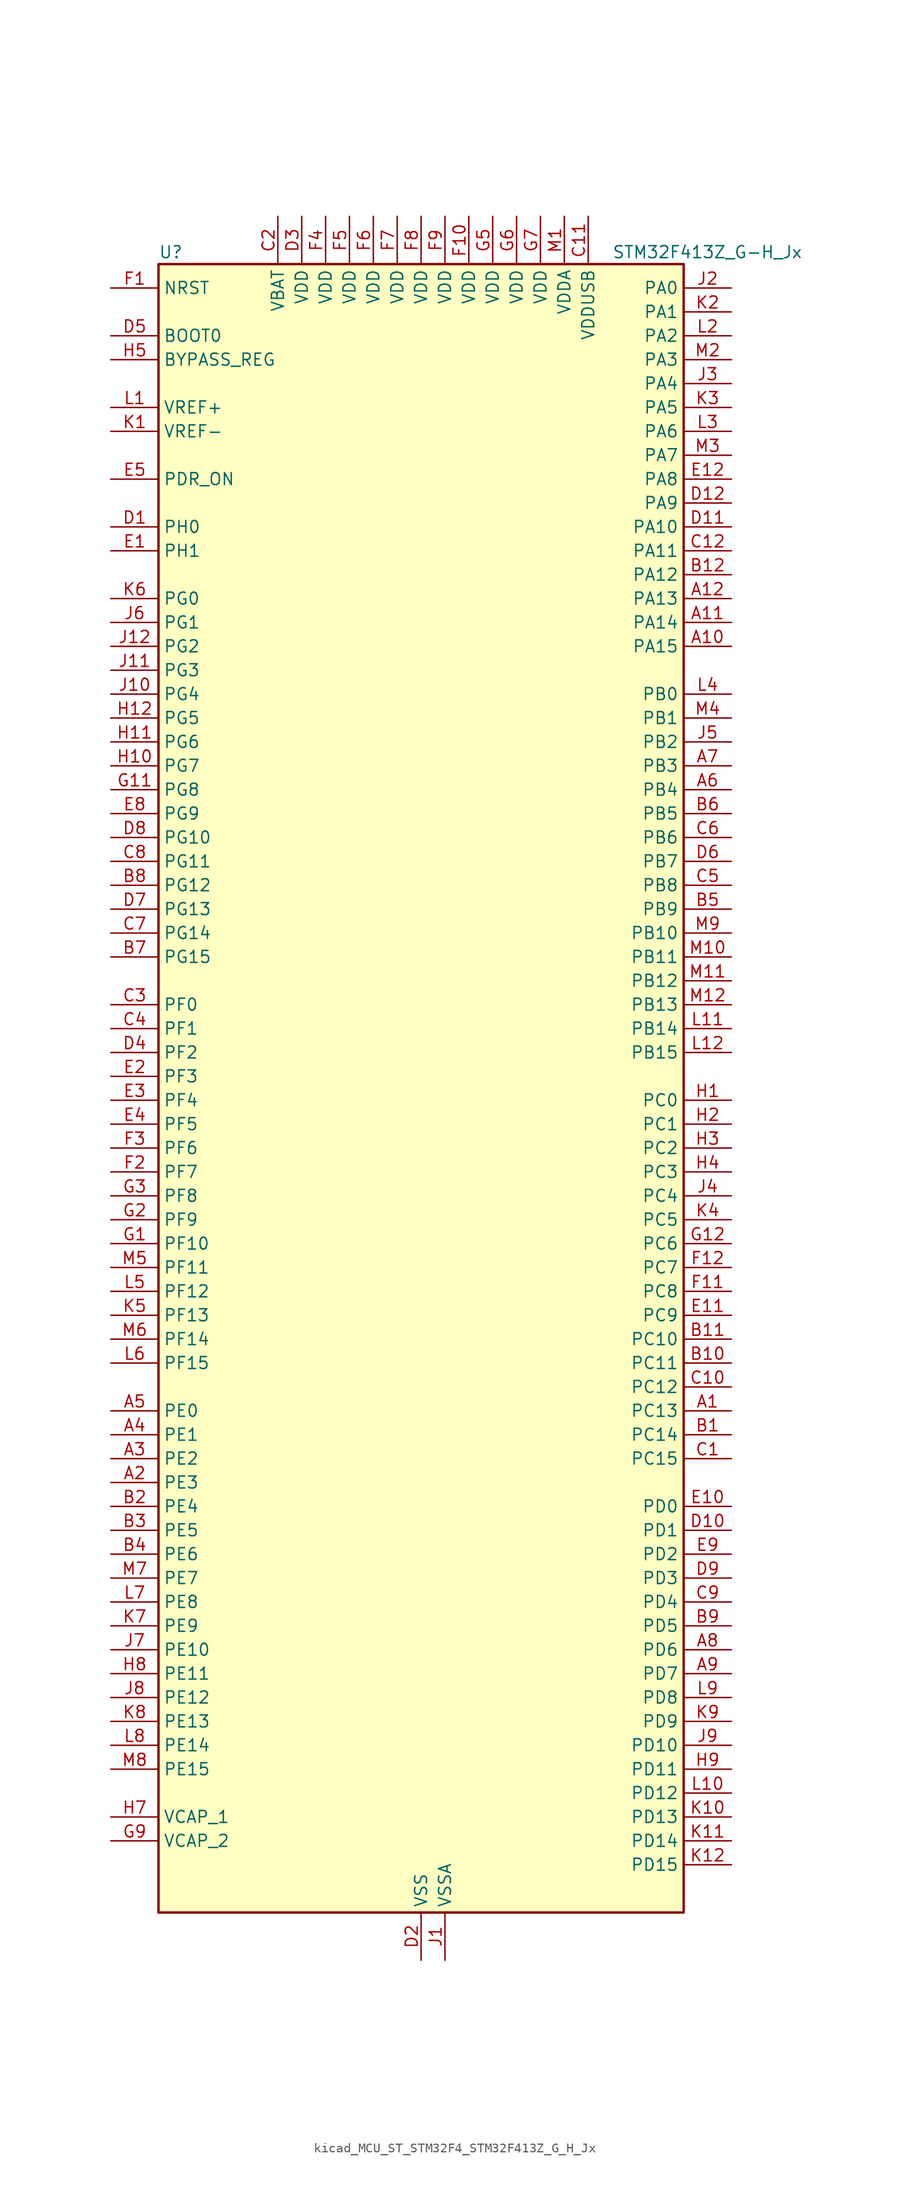
<source format=kicad_sym>
(kicad_symbol_lib
  (version 20220914)
  (generator kicad_symbol_editor)
  (symbol "kicad_MCU_ST_STM32F4_STM32F413Z_G_H_Jx"
    (property "Reference" "U"
      (at -27.94 90.17 0)
      (effects (font (size 1.27 1.27)) (justify left)))
    (property "Value" "STM32F413Z_G-H_Jx"
      (at 20.32 90.17 0)
      (effects (font (size 1.27 1.27)) (justify left)))
    (property "ki_locked" ""
      (at 0 0 0)
      (effects (font (size 1.27 1.27))))
    (symbol "kicad_MCU_ST_STM32F4_STM32F413Z_G_H_Jx_0_1"
      (rectangle (start -27.94 -86.36) (end 27.94 88.9) (stroke (width 0.254) (type default)) (fill (type background))))
    (symbol "kicad_MCU_ST_STM32F4_STM32F413Z_G_H_Jx_1_1"
      (pin bidirectional line (at 33.02 -33.02 180) (length 5.08) (name "PC13" (effects (font (size 1.27 1.27)))) (number "A1" (effects (font (size 1.27 1.27)))) (alternate "RTC_AF1" bidirectional line))
      (pin bidirectional line (at 33.02 48.26 180) (length 5.08) (name "PA15" (effects (font (size 1.27 1.27)))) (number "A10" (effects (font (size 1.27 1.27)))) (alternate "ADC1_EXTI15" bidirectional line) (alternate "CAN3_TX" bidirectional line) (alternate "I2S1_WS" bidirectional line) (alternate "I2S3_WS" bidirectional line) (alternate "SAI1_MCLK_A" bidirectional line) (alternate "SPI1_NSS" bidirectional line) (alternate "SPI3_NSS" bidirectional line) (alternate "SYS_JTDI" bidirectional line) (alternate "TIM2_CH1" bidirectional line) (alternate "TIM2_ETR" bidirectional line) (alternate "UART7_TX" bidirectional line) (alternate "USART1_TX" bidirectional line))
      (pin bidirectional line (at 33.02 50.8 180) (length 5.08) (name "PA14" (effects (font (size 1.27 1.27)))) (number "A11" (effects (font (size 1.27 1.27)))) (alternate "SYS_JTCK-SWCLK" bidirectional line))
      (pin bidirectional line (at 33.02 53.34 180) (length 5.08) (name "PA13" (effects (font (size 1.27 1.27)))) (number "A12" (effects (font (size 1.27 1.27)))) (alternate "SYS_JTMS-SWDIO" bidirectional line))
      (pin bidirectional line (at -33.02 -40.64 0) (length 5.08) (name "PE3" (effects (font (size 1.27 1.27)))) (number "A2" (effects (font (size 1.27 1.27)))) (alternate "FSMC_A19" bidirectional line) (alternate "SAI1_SD_B" bidirectional line) (alternate "SYS_TRACED0" bidirectional line) (alternate "UART10_TX" bidirectional line))
      (pin bidirectional line (at -33.02 -38.1 0) (length 5.08) (name "PE2" (effects (font (size 1.27 1.27)))) (number "A3" (effects (font (size 1.27 1.27)))) (alternate "FSMC_A23" bidirectional line) (alternate "I2S4_CK" bidirectional line) (alternate "I2S5_CK" bidirectional line) (alternate "QUADSPI_BK1_IO2" bidirectional line) (alternate "SAI1_MCLK_A" bidirectional line) (alternate "SPI4_SCK" bidirectional line) (alternate "SPI5_SCK" bidirectional line) (alternate "SYS_TRACECLK" bidirectional line) (alternate "UART10_RX" bidirectional line))
      (pin bidirectional line (at -33.02 -35.56 0) (length 5.08) (name "PE1" (effects (font (size 1.27 1.27)))) (number "A4" (effects (font (size 1.27 1.27)))) (alternate "DFSDM2_DATIN4" bidirectional line) (alternate "FSMC_NBL1" bidirectional line) (alternate "UART8_TX" bidirectional line))
      (pin bidirectional line (at -33.02 -33.02 0) (length 5.08) (name "PE0" (effects (font (size 1.27 1.27)))) (number "A5" (effects (font (size 1.27 1.27)))) (alternate "DFSDM2_CKIN4" bidirectional line) (alternate "FSMC_NBL0" bidirectional line) (alternate "TIM4_ETR" bidirectional line) (alternate "UART8_RX" bidirectional line))
      (pin bidirectional line (at 33.02 33.02 180) (length 5.08) (name "PB4" (effects (font (size 1.27 1.27)))) (number "A6" (effects (font (size 1.27 1.27)))) (alternate "CAN3_TX" bidirectional line) (alternate "I2C3_SDA" bidirectional line) (alternate "I2S3_ext_SD" bidirectional line) (alternate "SAI1_SCK_A" bidirectional line) (alternate "SDIO_D0" bidirectional line) (alternate "SPI1_MISO" bidirectional line) (alternate "SPI3_MISO" bidirectional line) (alternate "SYS_JTRST" bidirectional line) (alternate "TIM3_CH1" bidirectional line) (alternate "UART7_TX" bidirectional line))
      (pin bidirectional line (at 33.02 35.56 180) (length 5.08) (name "PB3" (effects (font (size 1.27 1.27)))) (number "A7" (effects (font (size 1.27 1.27)))) (alternate "CAN3_RX" bidirectional line) (alternate "FMPI2C1_SDA" bidirectional line) (alternate "I2C2_SDA" bidirectional line) (alternate "I2S1_CK" bidirectional line) (alternate "I2S3_CK" bidirectional line) (alternate "SAI1_SD_A" bidirectional line) (alternate "SPI1_SCK" bidirectional line) (alternate "SPI3_SCK" bidirectional line) (alternate "SYS_JTDO-SWO" bidirectional line) (alternate "TIM2_CH2" bidirectional line) (alternate "UART7_RX" bidirectional line) (alternate "USART1_RX" bidirectional line))
      (pin bidirectional line (at 33.02 -58.42 180) (length 5.08) (name "PD6" (effects (font (size 1.27 1.27)))) (number "A8" (effects (font (size 1.27 1.27)))) (alternate "DFSDM1_DATIN1" bidirectional line) (alternate "FSMC_NWAIT" bidirectional line) (alternate "I2S3_SD" bidirectional line) (alternate "SPI3_MOSI" bidirectional line) (alternate "USART2_RX" bidirectional line))
      (pin bidirectional line (at 33.02 -60.96 180) (length 5.08) (name "PD7" (effects (font (size 1.27 1.27)))) (number "A9" (effects (font (size 1.27 1.27)))) (alternate "DFSDM1_CKIN1" bidirectional line) (alternate "FSMC_NE1" bidirectional line) (alternate "USART2_CK" bidirectional line))
      (pin bidirectional line (at 33.02 -35.56 180) (length 5.08) (name "PC14" (effects (font (size 1.27 1.27)))) (number "B1" (effects (font (size 1.27 1.27)))) (alternate "RCC_OSC32_IN" bidirectional line))
      (pin bidirectional line (at 33.02 -27.94 180) (length 5.08) (name "PC11" (effects (font (size 1.27 1.27)))) (number "B10" (effects (font (size 1.27 1.27)))) (alternate "ADC1_EXTI11" bidirectional line) (alternate "DFSDM2_DATIN5" bidirectional line) (alternate "FSMC_D2" bidirectional line) (alternate "FSMC_DA2" bidirectional line) (alternate "I2S3_ext_SD" bidirectional line) (alternate "QUADSPI_BK2_NCS" bidirectional line) (alternate "SDIO_D3" bidirectional line) (alternate "SPI3_MISO" bidirectional line) (alternate "UART4_RX" bidirectional line) (alternate "USART3_RX" bidirectional line))
      (pin bidirectional line (at 33.02 -25.4 180) (length 5.08) (name "PC10" (effects (font (size 1.27 1.27)))) (number "B11" (effects (font (size 1.27 1.27)))) (alternate "DFSDM2_CKIN5" bidirectional line) (alternate "I2S3_CK" bidirectional line) (alternate "QUADSPI_BK1_IO1" bidirectional line) (alternate "SDIO_D2" bidirectional line) (alternate "SPI3_SCK" bidirectional line) (alternate "USART3_TX" bidirectional line))
      (pin bidirectional line (at 33.02 55.88 180) (length 5.08) (name "PA12" (effects (font (size 1.27 1.27)))) (number "B12" (effects (font (size 1.27 1.27)))) (alternate "CAN1_TX" bidirectional line) (alternate "DFSDM2_DATIN5" bidirectional line) (alternate "SPI2_MISO" bidirectional line) (alternate "SPI5_MISO" bidirectional line) (alternate "TIM1_ETR" bidirectional line) (alternate "UART4_TX" bidirectional line) (alternate "USART1_RTS" bidirectional line) (alternate "USART6_RX" bidirectional line) (alternate "USB_OTG_FS_DP" bidirectional line))
      (pin bidirectional line (at -33.02 -43.18 0) (length 5.08) (name "PE4" (effects (font (size 1.27 1.27)))) (number "B2" (effects (font (size 1.27 1.27)))) (alternate "DFSDM1_DATIN3" bidirectional line) (alternate "FSMC_A20" bidirectional line) (alternate "I2S4_WS" bidirectional line) (alternate "I2S5_WS" bidirectional line) (alternate "SAI1_SD_A" bidirectional line) (alternate "SPI4_NSS" bidirectional line) (alternate "SPI5_NSS" bidirectional line) (alternate "SYS_TRACED1" bidirectional line))
      (pin bidirectional line (at -33.02 -45.72 0) (length 5.08) (name "PE5" (effects (font (size 1.27 1.27)))) (number "B3" (effects (font (size 1.27 1.27)))) (alternate "DFSDM1_CKIN3" bidirectional line) (alternate "FSMC_A21" bidirectional line) (alternate "SAI1_SCK_A" bidirectional line) (alternate "SPI4_MISO" bidirectional line) (alternate "SPI5_MISO" bidirectional line) (alternate "SYS_TRACED2" bidirectional line) (alternate "TIM9_CH1" bidirectional line))
      (pin bidirectional line (at -33.02 -48.26 0) (length 5.08) (name "PE6" (effects (font (size 1.27 1.27)))) (number "B4" (effects (font (size 1.27 1.27)))) (alternate "FSMC_A22" bidirectional line) (alternate "I2S4_SD" bidirectional line) (alternate "I2S5_SD" bidirectional line) (alternate "SAI1_FS_A" bidirectional line) (alternate "SPI4_MOSI" bidirectional line) (alternate "SPI5_MOSI" bidirectional line) (alternate "SYS_TRACED3" bidirectional line) (alternate "TIM9_CH2" bidirectional line))
      (pin bidirectional line (at 33.02 20.32 180) (length 5.08) (name "PB9" (effects (font (size 1.27 1.27)))) (number "B5" (effects (font (size 1.27 1.27)))) (alternate "CAN1_TX" bidirectional line) (alternate "DAC_EXTI9" bidirectional line) (alternate "DFSDM2_DATIN1" bidirectional line) (alternate "I2C1_SDA" bidirectional line) (alternate "I2C2_SDA" bidirectional line) (alternate "I2S2_WS" bidirectional line) (alternate "SDIO_D5" bidirectional line) (alternate "SPI2_NSS" bidirectional line) (alternate "TIM11_CH1" bidirectional line) (alternate "TIM4_CH4" bidirectional line) (alternate "UART5_TX" bidirectional line))
      (pin bidirectional line (at 33.02 30.48 180) (length 5.08) (name "PB5" (effects (font (size 1.27 1.27)))) (number "B6" (effects (font (size 1.27 1.27)))) (alternate "CAN2_RX" bidirectional line) (alternate "I2C1_SMBA" bidirectional line) (alternate "I2S1_SD" bidirectional line) (alternate "I2S3_SD" bidirectional line) (alternate "LPTIM1_IN1" bidirectional line) (alternate "SAI1_FS_A" bidirectional line) (alternate "SDIO_D3" bidirectional line) (alternate "SPI1_MOSI" bidirectional line) (alternate "SPI3_MOSI" bidirectional line) (alternate "TIM3_CH2" bidirectional line) (alternate "UART5_RX" bidirectional line))
      (pin bidirectional line (at -33.02 15.24 0) (length 5.08) (name "PG15" (effects (font (size 1.27 1.27)))) (number "B7" (effects (font (size 1.27 1.27)))) (alternate "ADC1_EXTI15" bidirectional line) (alternate "USART6_CTS" bidirectional line))
      (pin bidirectional line (at -33.02 22.86 0) (length 5.08) (name "PG12" (effects (font (size 1.27 1.27)))) (number "B8" (effects (font (size 1.27 1.27)))) (alternate "CAN2_TX" bidirectional line) (alternate "FSMC_NE4" bidirectional line) (alternate "UART10_TX" bidirectional line) (alternate "USART6_RTS" bidirectional line))
      (pin bidirectional line (at 33.02 -55.88 180) (length 5.08) (name "PD5" (effects (font (size 1.27 1.27)))) (number "B9" (effects (font (size 1.27 1.27)))) (alternate "DFSDM2_CKOUT" bidirectional line) (alternate "FSMC_NWE" bidirectional line) (alternate "USART2_TX" bidirectional line))
      (pin bidirectional line (at 33.02 -38.1 180) (length 5.08) (name "PC15" (effects (font (size 1.27 1.27)))) (number "C1" (effects (font (size 1.27 1.27)))) (alternate "ADC1_EXTI15" bidirectional line) (alternate "RCC_OSC32_OUT" bidirectional line))
      (pin bidirectional line (at 33.02 -30.48 180) (length 5.08) (name "PC12" (effects (font (size 1.27 1.27)))) (number "C10" (effects (font (size 1.27 1.27)))) (alternate "FSMC_D3" bidirectional line) (alternate "FSMC_DA3" bidirectional line) (alternate "I2S3_SD" bidirectional line) (alternate "SDIO_CK" bidirectional line) (alternate "SPI3_MOSI" bidirectional line) (alternate "UART5_TX" bidirectional line) (alternate "USART3_CK" bidirectional line))
      (pin power_in line (at 17.78 93.98 270) (length 5.08) (name "VDDUSB" (effects (font (size 1.27 1.27)))) (number "C11" (effects (font (size 1.27 1.27)))))
      (pin bidirectional line (at 33.02 58.42 180) (length 5.08) (name "PA11" (effects (font (size 1.27 1.27)))) (number "C12" (effects (font (size 1.27 1.27)))) (alternate "ADC1_EXTI11" bidirectional line) (alternate "CAN1_RX" bidirectional line) (alternate "DFSDM2_CKIN5" bidirectional line) (alternate "I2S2_WS" bidirectional line) (alternate "SPI2_NSS" bidirectional line) (alternate "SPI4_MISO" bidirectional line) (alternate "TIM1_CH4" bidirectional line) (alternate "UART4_RX" bidirectional line) (alternate "USART1_CTS" bidirectional line) (alternate "USART6_TX" bidirectional line) (alternate "USB_OTG_FS_DM" bidirectional line))
      (pin power_in line (at -15.24 93.98 270) (length 5.08) (name "VBAT" (effects (font (size 1.27 1.27)))) (number "C2" (effects (font (size 1.27 1.27)))))
      (pin bidirectional line (at -33.02 10.16 0) (length 5.08) (name "PF0" (effects (font (size 1.27 1.27)))) (number "C3" (effects (font (size 1.27 1.27)))) (alternate "FSMC_A0" bidirectional line) (alternate "I2C2_SDA" bidirectional line))
      (pin bidirectional line (at -33.02 7.62 0) (length 5.08) (name "PF1" (effects (font (size 1.27 1.27)))) (number "C4" (effects (font (size 1.27 1.27)))) (alternate "FSMC_A1" bidirectional line) (alternate "I2C2_SCL" bidirectional line))
      (pin bidirectional line (at 33.02 22.86 180) (length 5.08) (name "PB8" (effects (font (size 1.27 1.27)))) (number "C5" (effects (font (size 1.27 1.27)))) (alternate "CAN1_RX" bidirectional line) (alternate "DFSDM2_CKIN1" bidirectional line) (alternate "I2C1_SCL" bidirectional line) (alternate "I2C3_SDA" bidirectional line) (alternate "I2S5_SD" bidirectional line) (alternate "LPTIM1_OUT" bidirectional line) (alternate "SDIO_D4" bidirectional line) (alternate "SPI5_MOSI" bidirectional line) (alternate "TIM10_CH1" bidirectional line) (alternate "TIM4_CH3" bidirectional line) (alternate "UART5_RX" bidirectional line))
      (pin bidirectional line (at 33.02 27.94 180) (length 5.08) (name "PB6" (effects (font (size 1.27 1.27)))) (number "C6" (effects (font (size 1.27 1.27)))) (alternate "CAN2_TX" bidirectional line) (alternate "DFSDM2_CKIN7" bidirectional line) (alternate "I2C1_SCL" bidirectional line) (alternate "LPTIM1_ETR" bidirectional line) (alternate "QUADSPI_BK1_NCS" bidirectional line) (alternate "SDIO_D0" bidirectional line) (alternate "TIM4_CH1" bidirectional line) (alternate "UART5_TX" bidirectional line) (alternate "USART1_TX" bidirectional line))
      (pin bidirectional line (at -33.02 17.78 0) (length 5.08) (name "PG14" (effects (font (size 1.27 1.27)))) (number "C7" (effects (font (size 1.27 1.27)))) (alternate "FSMC_A25" bidirectional line) (alternate "QUADSPI_BK2_IO3" bidirectional line) (alternate "SYS_TRACED3" bidirectional line) (alternate "USART6_TX" bidirectional line))
      (pin bidirectional line (at -33.02 25.4 0) (length 5.08) (name "PG11" (effects (font (size 1.27 1.27)))) (number "C8" (effects (font (size 1.27 1.27)))) (alternate "ADC1_EXTI11" bidirectional line) (alternate "CAN2_RX" bidirectional line) (alternate "UART10_RX" bidirectional line))
      (pin bidirectional line (at 33.02 -53.34 180) (length 5.08) (name "PD4" (effects (font (size 1.27 1.27)))) (number "C9" (effects (font (size 1.27 1.27)))) (alternate "DFSDM1_CKIN0" bidirectional line) (alternate "FSMC_NOE" bidirectional line) (alternate "USART2_RTS" bidirectional line))
      (pin bidirectional line (at -33.02 60.96 0) (length 5.08) (name "PH0" (effects (font (size 1.27 1.27)))) (number "D1" (effects (font (size 1.27 1.27)))) (alternate "RCC_OSC_IN" bidirectional line))
      (pin bidirectional line (at 33.02 -45.72 180) (length 5.08) (name "PD1" (effects (font (size 1.27 1.27)))) (number "D10" (effects (font (size 1.27 1.27)))) (alternate "CAN1_TX" bidirectional line) (alternate "DFSDM2_DATIN6" bidirectional line) (alternate "FSMC_D3" bidirectional line) (alternate "FSMC_DA3" bidirectional line) (alternate "UART4_TX" bidirectional line))
      (pin bidirectional line (at 33.02 60.96 180) (length 5.08) (name "PA10" (effects (font (size 1.27 1.27)))) (number "D11" (effects (font (size 1.27 1.27)))) (alternate "DFSDM2_DATIN3" bidirectional line) (alternate "I2S2_SD" bidirectional line) (alternate "I2S5_SD" bidirectional line) (alternate "SPI2_MOSI" bidirectional line) (alternate "SPI5_MOSI" bidirectional line) (alternate "TIM1_CH3" bidirectional line) (alternate "USART1_RX" bidirectional line) (alternate "USB_OTG_FS_ID" bidirectional line))
      (pin bidirectional line (at 33.02 63.5 180) (length 5.08) (name "PA9" (effects (font (size 1.27 1.27)))) (number "D12" (effects (font (size 1.27 1.27)))) (alternate "DAC_EXTI9" bidirectional line) (alternate "DFSDM2_CKIN3" bidirectional line) (alternate "I2C3_SMBA" bidirectional line) (alternate "I2S2_CK" bidirectional line) (alternate "SDIO_D2" bidirectional line) (alternate "SPI2_SCK" bidirectional line) (alternate "TIM1_CH2" bidirectional line) (alternate "USART1_TX" bidirectional line) (alternate "USB_OTG_FS_VBUS" bidirectional line))
      (pin power_in line (at 0 -91.44 90) (length 5.08) (name "VSS" (effects (font (size 1.27 1.27)))) (number "D2" (effects (font (size 1.27 1.27)))))
      (pin power_in line (at -12.7 93.98 270) (length 5.08) (name "VDD" (effects (font (size 1.27 1.27)))) (number "D3" (effects (font (size 1.27 1.27)))))
      (pin bidirectional line (at -33.02 5.08 0) (length 5.08) (name "PF2" (effects (font (size 1.27 1.27)))) (number "D4" (effects (font (size 1.27 1.27)))) (alternate "FSMC_A2" bidirectional line) (alternate "I2C2_SMBA" bidirectional line))
      (pin input line (at -33.02 81.28 0) (length 5.08) (name "BOOT0" (effects (font (size 1.27 1.27)))) (number "D5" (effects (font (size 1.27 1.27)))))
      (pin bidirectional line (at 33.02 25.4 180) (length 5.08) (name "PB7" (effects (font (size 1.27 1.27)))) (number "D6" (effects (font (size 1.27 1.27)))) (alternate "DFSDM2_DATIN7" bidirectional line) (alternate "FSMC_NL" bidirectional line) (alternate "I2C1_SDA" bidirectional line) (alternate "LPTIM1_IN2" bidirectional line) (alternate "TIM4_CH2" bidirectional line) (alternate "USART1_RX" bidirectional line))
      (pin bidirectional line (at -33.02 20.32 0) (length 5.08) (name "PG13" (effects (font (size 1.27 1.27)))) (number "D7" (effects (font (size 1.27 1.27)))) (alternate "FSMC_A24" bidirectional line) (alternate "SYS_TRACED2" bidirectional line) (alternate "USART6_CTS" bidirectional line))
      (pin bidirectional line (at -33.02 27.94 0) (length 5.08) (name "PG10" (effects (font (size 1.27 1.27)))) (number "D8" (effects (font (size 1.27 1.27)))) (alternate "FSMC_NE3" bidirectional line))
      (pin bidirectional line (at 33.02 -50.8 180) (length 5.08) (name "PD3" (effects (font (size 1.27 1.27)))) (number "D9" (effects (font (size 1.27 1.27)))) (alternate "DFSDM1_DATIN0" bidirectional line) (alternate "FSMC_CLK" bidirectional line) (alternate "I2S2_CK" bidirectional line) (alternate "QUADSPI_CLK" bidirectional line) (alternate "SPI2_SCK" bidirectional line) (alternate "SYS_TRACED1" bidirectional line) (alternate "USART2_CTS" bidirectional line))
      (pin bidirectional line (at -33.02 58.42 0) (length 5.08) (name "PH1" (effects (font (size 1.27 1.27)))) (number "E1" (effects (font (size 1.27 1.27)))) (alternate "RCC_OSC_OUT" bidirectional line))
      (pin bidirectional line (at 33.02 -43.18 180) (length 5.08) (name "PD0" (effects (font (size 1.27 1.27)))) (number "E10" (effects (font (size 1.27 1.27)))) (alternate "CAN1_RX" bidirectional line) (alternate "DFSDM2_CKIN6" bidirectional line) (alternate "FSMC_D2" bidirectional line) (alternate "FSMC_DA2" bidirectional line) (alternate "UART4_RX" bidirectional line))
      (pin bidirectional line (at 33.02 -22.86 180) (length 5.08) (name "PC9" (effects (font (size 1.27 1.27)))) (number "E11" (effects (font (size 1.27 1.27)))) (alternate "DAC_EXTI9" bidirectional line) (alternate "DFSDM2_DATIN3" bidirectional line) (alternate "I2C3_SDA" bidirectional line) (alternate "I2S_CKIN" bidirectional line) (alternate "QUADSPI_BK1_IO0" bidirectional line) (alternate "RCC_MCO_2" bidirectional line) (alternate "SDIO_D1" bidirectional line) (alternate "TIM3_CH4" bidirectional line) (alternate "TIM8_CH4" bidirectional line))
      (pin bidirectional line (at 33.02 66.04 180) (length 5.08) (name "PA8" (effects (font (size 1.27 1.27)))) (number "E12" (effects (font (size 1.27 1.27)))) (alternate "CAN3_RX" bidirectional line) (alternate "DFSDM1_CKOUT" bidirectional line) (alternate "I2C3_SCL" bidirectional line) (alternate "RCC_MCO_1" bidirectional line) (alternate "SDIO_D1" bidirectional line) (alternate "TIM1_CH1" bidirectional line) (alternate "UART7_RX" bidirectional line) (alternate "USART1_CK" bidirectional line) (alternate "USB_OTG_FS_SOF" bidirectional line))
      (pin bidirectional line (at -33.02 2.54 0) (length 5.08) (name "PF3" (effects (font (size 1.27 1.27)))) (number "E2" (effects (font (size 1.27 1.27)))) (alternate "FSMC_A3" bidirectional line) (alternate "TIM5_CH1" bidirectional line))
      (pin bidirectional line (at -33.02 0 0) (length 5.08) (name "PF4" (effects (font (size 1.27 1.27)))) (number "E3" (effects (font (size 1.27 1.27)))) (alternate "FSMC_A4" bidirectional line) (alternate "TIM5_CH2" bidirectional line))
      (pin bidirectional line (at -33.02 -2.54 0) (length 5.08) (name "PF5" (effects (font (size 1.27 1.27)))) (number "E4" (effects (font (size 1.27 1.27)))) (alternate "FSMC_A5" bidirectional line) (alternate "TIM5_CH3" bidirectional line))
      (pin input line (at -33.02 66.04 0) (length 5.08) (name "PDR_ON" (effects (font (size 1.27 1.27)))) (number "E5" (effects (font (size 1.27 1.27)))))
      (pin passive line (at 0 -91.44 90) (length 5.08) hide (name "VSS" (effects (font (size 1.27 1.27)))) (number "E6" (effects (font (size 1.27 1.27)))))
      (pin passive line (at 0 -91.44 90) (length 5.08) hide (name "VSS" (effects (font (size 1.27 1.27)))) (number "E7" (effects (font (size 1.27 1.27)))))
      (pin bidirectional line (at -33.02 30.48 0) (length 5.08) (name "PG9" (effects (font (size 1.27 1.27)))) (number "E8" (effects (font (size 1.27 1.27)))) (alternate "DAC_EXTI9" bidirectional line) (alternate "FSMC_NE2" bidirectional line) (alternate "QUADSPI_BK2_IO2" bidirectional line) (alternate "USART6_RX" bidirectional line))
      (pin bidirectional line (at 33.02 -48.26 180) (length 5.08) (name "PD2" (effects (font (size 1.27 1.27)))) (number "E9" (effects (font (size 1.27 1.27)))) (alternate "DFSDM2_CKOUT" bidirectional line) (alternate "FSMC_NWE" bidirectional line) (alternate "SDIO_CMD" bidirectional line) (alternate "TIM3_ETR" bidirectional line) (alternate "UART5_RX" bidirectional line))
      (pin input line (at -33.02 86.36 0) (length 5.08) (name "NRST" (effects (font (size 1.27 1.27)))) (number "F1" (effects (font (size 1.27 1.27)))))
      (pin power_in line (at 5.08 93.98 270) (length 5.08) (name "VDD" (effects (font (size 1.27 1.27)))) (number "F10" (effects (font (size 1.27 1.27)))))
      (pin bidirectional line (at 33.02 -20.32 180) (length 5.08) (name "PC8" (effects (font (size 1.27 1.27)))) (number "F11" (effects (font (size 1.27 1.27)))) (alternate "DFSDM2_CKIN3" bidirectional line) (alternate "QUADSPI_BK1_IO2" bidirectional line) (alternate "SDIO_D0" bidirectional line) (alternate "TIM3_CH3" bidirectional line) (alternate "TIM8_CH3" bidirectional line) (alternate "USART6_CK" bidirectional line))
      (pin bidirectional line (at 33.02 -17.78 180) (length 5.08) (name "PC7" (effects (font (size 1.27 1.27)))) (number "F12" (effects (font (size 1.27 1.27)))) (alternate "DFSDM1_DATIN3" bidirectional line) (alternate "DFSDM2_CKIN6" bidirectional line) (alternate "FMPI2C1_SDA" bidirectional line) (alternate "I2S2_CK" bidirectional line) (alternate "I2S3_MCK" bidirectional line) (alternate "SDIO_D7" bidirectional line) (alternate "SPI2_SCK" bidirectional line) (alternate "TIM3_CH2" bidirectional line) (alternate "TIM8_CH2" bidirectional line) (alternate "USART6_RX" bidirectional line))
      (pin bidirectional line (at -33.02 -7.62 0) (length 5.08) (name "PF7" (effects (font (size 1.27 1.27)))) (number "F2" (effects (font (size 1.27 1.27)))) (alternate "QUADSPI_BK1_IO2" bidirectional line) (alternate "SAI1_MCLK_B" bidirectional line) (alternate "SYS_TRACED1" bidirectional line) (alternate "TIM11_CH1" bidirectional line) (alternate "UART7_TX" bidirectional line))
      (pin bidirectional line (at -33.02 -5.08 0) (length 5.08) (name "PF6" (effects (font (size 1.27 1.27)))) (number "F3" (effects (font (size 1.27 1.27)))) (alternate "QUADSPI_BK1_IO3" bidirectional line) (alternate "SAI1_SD_B" bidirectional line) (alternate "SYS_TRACED0" bidirectional line) (alternate "TIM10_CH1" bidirectional line) (alternate "UART7_RX" bidirectional line))
      (pin power_in line (at -10.16 93.98 270) (length 5.08) (name "VDD" (effects (font (size 1.27 1.27)))) (number "F4" (effects (font (size 1.27 1.27)))))
      (pin power_in line (at -7.62 93.98 270) (length 5.08) (name "VDD" (effects (font (size 1.27 1.27)))) (number "F5" (effects (font (size 1.27 1.27)))))
      (pin power_in line (at -5.08 93.98 270) (length 5.08) (name "VDD" (effects (font (size 1.27 1.27)))) (number "F6" (effects (font (size 1.27 1.27)))))
      (pin power_in line (at -2.54 93.98 270) (length 5.08) (name "VDD" (effects (font (size 1.27 1.27)))) (number "F7" (effects (font (size 1.27 1.27)))))
      (pin power_in line (at 0 93.98 270) (length 5.08) (name "VDD" (effects (font (size 1.27 1.27)))) (number "F8" (effects (font (size 1.27 1.27)))))
      (pin power_in line (at 2.54 93.98 270) (length 5.08) (name "VDD" (effects (font (size 1.27 1.27)))) (number "F9" (effects (font (size 1.27 1.27)))))
      (pin bidirectional line (at -33.02 -15.24 0) (length 5.08) (name "PF10" (effects (font (size 1.27 1.27)))) (number "G1" (effects (font (size 1.27 1.27)))) (alternate "TIM1_ETR" bidirectional line) (alternate "TIM5_CH4" bidirectional line))
      (pin passive line (at 0 -91.44 90) (length 5.08) hide (name "VSS" (effects (font (size 1.27 1.27)))) (number "G10" (effects (font (size 1.27 1.27)))))
      (pin bidirectional line (at -33.02 33.02 0) (length 5.08) (name "PG8" (effects (font (size 1.27 1.27)))) (number "G11" (effects (font (size 1.27 1.27)))) (alternate "USART6_RTS" bidirectional line))
      (pin bidirectional line (at 33.02 -15.24 180) (length 5.08) (name "PC6" (effects (font (size 1.27 1.27)))) (number "G12" (effects (font (size 1.27 1.27)))) (alternate "DFSDM1_CKIN3" bidirectional line) (alternate "DFSDM2_DATIN6" bidirectional line) (alternate "FMPI2C1_SCL" bidirectional line) (alternate "FSMC_D1" bidirectional line) (alternate "FSMC_DA1" bidirectional line) (alternate "I2S2_MCK" bidirectional line) (alternate "SDIO_D6" bidirectional line) (alternate "TIM3_CH1" bidirectional line) (alternate "TIM8_CH1" bidirectional line) (alternate "USART6_TX" bidirectional line))
      (pin bidirectional line (at -33.02 -12.7 0) (length 5.08) (name "PF9" (effects (font (size 1.27 1.27)))) (number "G2" (effects (font (size 1.27 1.27)))) (alternate "DAC_EXTI9" bidirectional line) (alternate "QUADSPI_BK1_IO1" bidirectional line) (alternate "SAI1_FS_B" bidirectional line) (alternate "TIM14_CH1" bidirectional line) (alternate "UART8_TX" bidirectional line))
      (pin bidirectional line (at -33.02 -10.16 0) (length 5.08) (name "PF8" (effects (font (size 1.27 1.27)))) (number "G3" (effects (font (size 1.27 1.27)))) (alternate "QUADSPI_BK1_IO0" bidirectional line) (alternate "SAI1_SCK_B" bidirectional line) (alternate "TIM13_CH1" bidirectional line) (alternate "UART8_RX" bidirectional line))
      (pin passive line (at 0 -91.44 90) (length 5.08) hide (name "VSS" (effects (font (size 1.27 1.27)))) (number "G4" (effects (font (size 1.27 1.27)))))
      (pin power_in line (at 7.62 93.98 270) (length 5.08) (name "VDD" (effects (font (size 1.27 1.27)))) (number "G5" (effects (font (size 1.27 1.27)))))
      (pin power_in line (at 10.16 93.98 270) (length 5.08) (name "VDD" (effects (font (size 1.27 1.27)))) (number "G6" (effects (font (size 1.27 1.27)))))
      (pin power_in line (at 12.7 93.98 270) (length 5.08) (name "VDD" (effects (font (size 1.27 1.27)))) (number "G7" (effects (font (size 1.27 1.27)))))
      (pin passive line (at 0 -91.44 90) (length 5.08) hide (name "VSS" (effects (font (size 1.27 1.27)))) (number "G8" (effects (font (size 1.27 1.27)))))
      (pin power_out line (at -33.02 -78.74 0) (length 5.08) (name "VCAP_2" (effects (font (size 1.27 1.27)))) (number "G9" (effects (font (size 1.27 1.27)))))
      (pin bidirectional line (at 33.02 0 180) (length 5.08) (name "PC0" (effects (font (size 1.27 1.27)))) (number "H1" (effects (font (size 1.27 1.27)))) (alternate "ADC1_IN10" bidirectional line) (alternate "DFSDM2_CKIN4" bidirectional line) (alternate "LPTIM1_IN1" bidirectional line) (alternate "SAI1_MCLK_B" bidirectional line) (alternate "SYS_WKUP2" bidirectional line))
      (pin bidirectional line (at -33.02 35.56 0) (length 5.08) (name "PG7" (effects (font (size 1.27 1.27)))) (number "H10" (effects (font (size 1.27 1.27)))) (alternate "USART6_CK" bidirectional line))
      (pin bidirectional line (at -33.02 38.1 0) (length 5.08) (name "PG6" (effects (font (size 1.27 1.27)))) (number "H11" (effects (font (size 1.27 1.27)))) (alternate "QUADSPI_BK1_NCS" bidirectional line))
      (pin bidirectional line (at -33.02 40.64 0) (length 5.08) (name "PG5" (effects (font (size 1.27 1.27)))) (number "H12" (effects (font (size 1.27 1.27)))) (alternate "FSMC_A15" bidirectional line))
      (pin bidirectional line (at 33.02 -2.54 180) (length 5.08) (name "PC1" (effects (font (size 1.27 1.27)))) (number "H2" (effects (font (size 1.27 1.27)))) (alternate "ADC1_IN11" bidirectional line) (alternate "DFSDM2_DATIN4" bidirectional line) (alternate "LPTIM1_OUT" bidirectional line) (alternate "SAI1_SD_B" bidirectional line) (alternate "SYS_WKUP3" bidirectional line))
      (pin bidirectional line (at 33.02 -5.08 180) (length 5.08) (name "PC2" (effects (font (size 1.27 1.27)))) (number "H3" (effects (font (size 1.27 1.27)))) (alternate "ADC1_IN12" bidirectional line) (alternate "DFSDM1_CKOUT" bidirectional line) (alternate "DFSDM2_DATIN7" bidirectional line) (alternate "FSMC_NWE" bidirectional line) (alternate "I2S2_ext_SD" bidirectional line) (alternate "LPTIM1_IN2" bidirectional line) (alternate "SAI1_SCK_B" bidirectional line) (alternate "SPI2_MISO" bidirectional line))
      (pin bidirectional line (at 33.02 -7.62 180) (length 5.08) (name "PC3" (effects (font (size 1.27 1.27)))) (number "H4" (effects (font (size 1.27 1.27)))) (alternate "ADC1_IN13" bidirectional line) (alternate "DFSDM2_CKIN7" bidirectional line) (alternate "FSMC_A0" bidirectional line) (alternate "I2S2_SD" bidirectional line) (alternate "LPTIM1_ETR" bidirectional line) (alternate "SAI1_FS_B" bidirectional line) (alternate "SPI2_MOSI" bidirectional line))
      (pin input line (at -33.02 78.74 0) (length 5.08) (name "BYPASS_REG" (effects (font (size 1.27 1.27)))) (number "H5" (effects (font (size 1.27 1.27)))))
      (pin passive line (at 0 -91.44 90) (length 5.08) hide (name "VSS" (effects (font (size 1.27 1.27)))) (number "H6" (effects (font (size 1.27 1.27)))))
      (pin power_out line (at -33.02 -76.2 0) (length 5.08) (name "VCAP_1" (effects (font (size 1.27 1.27)))) (number "H7" (effects (font (size 1.27 1.27)))))
      (pin bidirectional line (at -33.02 -60.96 0) (length 5.08) (name "PE11" (effects (font (size 1.27 1.27)))) (number "H8" (effects (font (size 1.27 1.27)))) (alternate "ADC1_EXTI11" bidirectional line) (alternate "DFSDM2_CKIN0" bidirectional line) (alternate "FSMC_D8" bidirectional line) (alternate "FSMC_DA8" bidirectional line) (alternate "I2S4_WS" bidirectional line) (alternate "I2S5_WS" bidirectional line) (alternate "SPI4_NSS" bidirectional line) (alternate "SPI5_NSS" bidirectional line) (alternate "TIM1_CH2" bidirectional line))
      (pin bidirectional line (at 33.02 -71.12 180) (length 5.08) (name "PD11" (effects (font (size 1.27 1.27)))) (number "H9" (effects (font (size 1.27 1.27)))) (alternate "ADC1_EXTI11" bidirectional line) (alternate "DFSDM2_DATIN2" bidirectional line) (alternate "FMPI2C1_SMBA" bidirectional line) (alternate "FSMC_A16" bidirectional line) (alternate "QUADSPI_BK1_IO0" bidirectional line) (alternate "USART3_CTS" bidirectional line))
      (pin power_in line (at 2.54 -91.44 90) (length 5.08) (name "VSSA" (effects (font (size 1.27 1.27)))) (number "J1" (effects (font (size 1.27 1.27)))))
      (pin bidirectional line (at -33.02 43.18 0) (length 5.08) (name "PG4" (effects (font (size 1.27 1.27)))) (number "J10" (effects (font (size 1.27 1.27)))) (alternate "FSMC_A14" bidirectional line))
      (pin bidirectional line (at -33.02 45.72 0) (length 5.08) (name "PG3" (effects (font (size 1.27 1.27)))) (number "J11" (effects (font (size 1.27 1.27)))) (alternate "FSMC_A13" bidirectional line))
      (pin bidirectional line (at -33.02 48.26 0) (length 5.08) (name "PG2" (effects (font (size 1.27 1.27)))) (number "J12" (effects (font (size 1.27 1.27)))) (alternate "FSMC_A12" bidirectional line))
      (pin bidirectional line (at 33.02 86.36 180) (length 5.08) (name "PA0" (effects (font (size 1.27 1.27)))) (number "J2" (effects (font (size 1.27 1.27)))) (alternate "ADC1_IN0" bidirectional line) (alternate "SYS_WKUP1" bidirectional line) (alternate "TIM2_CH1" bidirectional line) (alternate "TIM2_ETR" bidirectional line) (alternate "TIM5_CH1" bidirectional line) (alternate "TIM8_ETR" bidirectional line) (alternate "UART4_TX" bidirectional line) (alternate "USART2_CTS" bidirectional line))
      (pin bidirectional line (at 33.02 76.2 180) (length 5.08) (name "PA4" (effects (font (size 1.27 1.27)))) (number "J3" (effects (font (size 1.27 1.27)))) (alternate "ADC1_IN4" bidirectional line) (alternate "DAC_OUT1" bidirectional line) (alternate "DFSDM1_DATIN1" bidirectional line) (alternate "FSMC_D6" bidirectional line) (alternate "FSMC_DA6" bidirectional line) (alternate "I2S1_WS" bidirectional line) (alternate "I2S3_WS" bidirectional line) (alternate "SPI1_NSS" bidirectional line) (alternate "SPI3_NSS" bidirectional line) (alternate "USART2_CK" bidirectional line))
      (pin bidirectional line (at 33.02 -10.16 180) (length 5.08) (name "PC4" (effects (font (size 1.27 1.27)))) (number "J4" (effects (font (size 1.27 1.27)))) (alternate "ADC1_IN14" bidirectional line) (alternate "DFSDM2_CKIN2" bidirectional line) (alternate "FSMC_NE4" bidirectional line) (alternate "I2S1_MCK" bidirectional line) (alternate "QUADSPI_BK2_IO2" bidirectional line))
      (pin bidirectional line (at 33.02 38.1 180) (length 5.08) (name "PB2" (effects (font (size 1.27 1.27)))) (number "J5" (effects (font (size 1.27 1.27)))) (alternate "DFSDM1_CKIN0" bidirectional line) (alternate "LPTIM1_OUT" bidirectional line) (alternate "QUADSPI_CLK" bidirectional line))
      (pin bidirectional line (at -33.02 50.8 0) (length 5.08) (name "PG1" (effects (font (size 1.27 1.27)))) (number "J6" (effects (font (size 1.27 1.27)))) (alternate "CAN1_TX" bidirectional line) (alternate "FSMC_A11" bidirectional line) (alternate "UART9_TX" bidirectional line))
      (pin bidirectional line (at -33.02 -58.42 0) (length 5.08) (name "PE10" (effects (font (size 1.27 1.27)))) (number "J7" (effects (font (size 1.27 1.27)))) (alternate "DFSDM2_DATIN0" bidirectional line) (alternate "FSMC_D7" bidirectional line) (alternate "FSMC_DA7" bidirectional line) (alternate "QUADSPI_BK2_IO3" bidirectional line) (alternate "TIM1_CH2N" bidirectional line))
      (pin bidirectional line (at -33.02 -63.5 0) (length 5.08) (name "PE12" (effects (font (size 1.27 1.27)))) (number "J8" (effects (font (size 1.27 1.27)))) (alternate "DFSDM2_DATIN7" bidirectional line) (alternate "FSMC_D9" bidirectional line) (alternate "FSMC_DA9" bidirectional line) (alternate "I2S4_CK" bidirectional line) (alternate "I2S5_CK" bidirectional line) (alternate "SPI4_SCK" bidirectional line) (alternate "SPI5_SCK" bidirectional line) (alternate "TIM1_CH3N" bidirectional line))
      (pin bidirectional line (at 33.02 -68.58 180) (length 5.08) (name "PD10" (effects (font (size 1.27 1.27)))) (number "J9" (effects (font (size 1.27 1.27)))) (alternate "FSMC_D15" bidirectional line) (alternate "FSMC_DA15" bidirectional line) (alternate "UART4_TX" bidirectional line) (alternate "USART3_CK" bidirectional line))
      (pin input line (at -33.02 71.12 0) (length 5.08) (name "VREF-" (effects (font (size 1.27 1.27)))) (number "K1" (effects (font (size 1.27 1.27)))))
      (pin bidirectional line (at 33.02 -76.2 180) (length 5.08) (name "PD13" (effects (font (size 1.27 1.27)))) (number "K10" (effects (font (size 1.27 1.27)))) (alternate "FMPI2C1_SDA" bidirectional line) (alternate "FSMC_A18" bidirectional line) (alternate "QUADSPI_BK1_IO3" bidirectional line) (alternate "TIM4_CH2" bidirectional line))
      (pin bidirectional line (at 33.02 -78.74 180) (length 5.08) (name "PD14" (effects (font (size 1.27 1.27)))) (number "K11" (effects (font (size 1.27 1.27)))) (alternate "DFSDM2_CKIN0" bidirectional line) (alternate "FMPI2C1_SCL" bidirectional line) (alternate "FSMC_D0" bidirectional line) (alternate "FSMC_DA0" bidirectional line) (alternate "TIM4_CH3" bidirectional line) (alternate "UART9_RX" bidirectional line))
      (pin bidirectional line (at 33.02 -81.28 180) (length 5.08) (name "PD15" (effects (font (size 1.27 1.27)))) (number "K12" (effects (font (size 1.27 1.27)))) (alternate "ADC1_EXTI15" bidirectional line) (alternate "DFSDM2_DATIN0" bidirectional line) (alternate "FMPI2C1_SDA" bidirectional line) (alternate "FSMC_D1" bidirectional line) (alternate "FSMC_DA1" bidirectional line) (alternate "TIM4_CH4" bidirectional line) (alternate "UART9_TX" bidirectional line))
      (pin bidirectional line (at 33.02 83.82 180) (length 5.08) (name "PA1" (effects (font (size 1.27 1.27)))) (number "K2" (effects (font (size 1.27 1.27)))) (alternate "ADC1_IN1" bidirectional line) (alternate "I2S4_SD" bidirectional line) (alternate "QUADSPI_BK1_IO3" bidirectional line) (alternate "SPI4_MOSI" bidirectional line) (alternate "TIM2_CH2" bidirectional line) (alternate "TIM5_CH2" bidirectional line) (alternate "UART4_RX" bidirectional line) (alternate "USART2_RTS" bidirectional line))
      (pin bidirectional line (at 33.02 73.66 180) (length 5.08) (name "PA5" (effects (font (size 1.27 1.27)))) (number "K3" (effects (font (size 1.27 1.27)))) (alternate "ADC1_IN5" bidirectional line) (alternate "DAC_OUT2" bidirectional line) (alternate "DFSDM1_CKIN1" bidirectional line) (alternate "FSMC_D7" bidirectional line) (alternate "FSMC_DA7" bidirectional line) (alternate "I2S1_CK" bidirectional line) (alternate "SPI1_SCK" bidirectional line) (alternate "TIM2_CH1" bidirectional line) (alternate "TIM2_ETR" bidirectional line) (alternate "TIM8_CH1N" bidirectional line))
      (pin bidirectional line (at 33.02 -12.7 180) (length 5.08) (name "PC5" (effects (font (size 1.27 1.27)))) (number "K4" (effects (font (size 1.27 1.27)))) (alternate "ADC1_IN15" bidirectional line) (alternate "DFSDM2_DATIN2" bidirectional line) (alternate "FMPI2C1_SMBA" bidirectional line) (alternate "FSMC_NOE" bidirectional line) (alternate "QUADSPI_BK2_IO3" bidirectional line) (alternate "USART3_RX" bidirectional line))
      (pin bidirectional line (at -33.02 -22.86 0) (length 5.08) (name "PF13" (effects (font (size 1.27 1.27)))) (number "K5" (effects (font (size 1.27 1.27)))) (alternate "FMPI2C1_SMBA" bidirectional line) (alternate "FSMC_A7" bidirectional line))
      (pin bidirectional line (at -33.02 53.34 0) (length 5.08) (name "PG0" (effects (font (size 1.27 1.27)))) (number "K6" (effects (font (size 1.27 1.27)))) (alternate "CAN1_RX" bidirectional line) (alternate "FSMC_A10" bidirectional line) (alternate "UART9_RX" bidirectional line))
      (pin bidirectional line (at -33.02 -55.88 0) (length 5.08) (name "PE9" (effects (font (size 1.27 1.27)))) (number "K7" (effects (font (size 1.27 1.27)))) (alternate "DAC_EXTI9" bidirectional line) (alternate "DFSDM1_CKOUT" bidirectional line) (alternate "FSMC_D6" bidirectional line) (alternate "FSMC_DA6" bidirectional line) (alternate "QUADSPI_BK2_IO2" bidirectional line) (alternate "TIM1_CH1" bidirectional line))
      (pin bidirectional line (at -33.02 -66.04 0) (length 5.08) (name "PE13" (effects (font (size 1.27 1.27)))) (number "K8" (effects (font (size 1.27 1.27)))) (alternate "DFSDM2_CKIN7" bidirectional line) (alternate "FSMC_D10" bidirectional line) (alternate "FSMC_DA10" bidirectional line) (alternate "SPI4_MISO" bidirectional line) (alternate "SPI5_MISO" bidirectional line) (alternate "TIM1_CH3" bidirectional line))
      (pin bidirectional line (at 33.02 -66.04 180) (length 5.08) (name "PD9" (effects (font (size 1.27 1.27)))) (number "K9" (effects (font (size 1.27 1.27)))) (alternate "DAC_EXTI9" bidirectional line) (alternate "FSMC_D14" bidirectional line) (alternate "FSMC_DA14" bidirectional line) (alternate "USART3_RX" bidirectional line))
      (pin input line (at -33.02 73.66 0) (length 5.08) (name "VREF+" (effects (font (size 1.27 1.27)))) (number "L1" (effects (font (size 1.27 1.27)))))
      (pin bidirectional line (at 33.02 -73.66 180) (length 5.08) (name "PD12" (effects (font (size 1.27 1.27)))) (number "L10" (effects (font (size 1.27 1.27)))) (alternate "DFSDM2_CKIN2" bidirectional line) (alternate "FMPI2C1_SCL" bidirectional line) (alternate "FSMC_A17" bidirectional line) (alternate "QUADSPI_BK1_IO1" bidirectional line) (alternate "TIM4_CH1" bidirectional line) (alternate "USART3_RTS" bidirectional line))
      (pin bidirectional line (at 33.02 7.62 180) (length 5.08) (name "PB14" (effects (font (size 1.27 1.27)))) (number "L11" (effects (font (size 1.27 1.27)))) (alternate "DFSDM1_DATIN2" bidirectional line) (alternate "FMPI2C1_SDA" bidirectional line) (alternate "FSMC_D0" bidirectional line) (alternate "FSMC_DA0" bidirectional line) (alternate "I2S2_ext_SD" bidirectional line) (alternate "SDIO_D6" bidirectional line) (alternate "SPI2_MISO" bidirectional line) (alternate "TIM12_CH1" bidirectional line) (alternate "TIM1_CH2N" bidirectional line) (alternate "TIM8_CH2N" bidirectional line) (alternate "USART3_RTS" bidirectional line))
      (pin bidirectional line (at 33.02 5.08 180) (length 5.08) (name "PB15" (effects (font (size 1.27 1.27)))) (number "L12" (effects (font (size 1.27 1.27)))) (alternate "ADC1_EXTI15" bidirectional line) (alternate "DFSDM1_CKIN2" bidirectional line) (alternate "FMPI2C1_SCL" bidirectional line) (alternate "I2S2_SD" bidirectional line) (alternate "RTC_REFIN" bidirectional line) (alternate "SDIO_CK" bidirectional line) (alternate "SPI2_MOSI" bidirectional line) (alternate "TIM12_CH2" bidirectional line) (alternate "TIM1_CH3N" bidirectional line) (alternate "TIM8_CH3N" bidirectional line))
      (pin bidirectional line (at 33.02 81.28 180) (length 5.08) (name "PA2" (effects (font (size 1.27 1.27)))) (number "L2" (effects (font (size 1.27 1.27)))) (alternate "ADC1_IN2" bidirectional line) (alternate "FSMC_D4" bidirectional line) (alternate "FSMC_DA4" bidirectional line) (alternate "I2S_CKIN" bidirectional line) (alternate "TIM2_CH3" bidirectional line) (alternate "TIM5_CH3" bidirectional line) (alternate "TIM9_CH1" bidirectional line) (alternate "USART2_TX" bidirectional line))
      (pin bidirectional line (at 33.02 71.12 180) (length 5.08) (name "PA6" (effects (font (size 1.27 1.27)))) (number "L3" (effects (font (size 1.27 1.27)))) (alternate "ADC1_IN6" bidirectional line) (alternate "DFSDM2_CKIN1" bidirectional line) (alternate "I2S2_MCK" bidirectional line) (alternate "QUADSPI_BK2_IO0" bidirectional line) (alternate "SDIO_CMD" bidirectional line) (alternate "SPI1_MISO" bidirectional line) (alternate "TIM13_CH1" bidirectional line) (alternate "TIM1_BKIN" bidirectional line) (alternate "TIM3_CH1" bidirectional line) (alternate "TIM8_BKIN" bidirectional line))
      (pin bidirectional line (at 33.02 43.18 180) (length 5.08) (name "PB0" (effects (font (size 1.27 1.27)))) (number "L4" (effects (font (size 1.27 1.27)))) (alternate "ADC1_IN8" bidirectional line) (alternate "I2S5_CK" bidirectional line) (alternate "SPI5_SCK" bidirectional line) (alternate "TIM1_CH2N" bidirectional line) (alternate "TIM3_CH3" bidirectional line) (alternate "TIM8_CH2N" bidirectional line))
      (pin bidirectional line (at -33.02 -20.32 0) (length 5.08) (name "PF12" (effects (font (size 1.27 1.27)))) (number "L5" (effects (font (size 1.27 1.27)))) (alternate "FSMC_A6" bidirectional line) (alternate "TIM8_BKIN" bidirectional line))
      (pin bidirectional line (at -33.02 -27.94 0) (length 5.08) (name "PF15" (effects (font (size 1.27 1.27)))) (number "L6" (effects (font (size 1.27 1.27)))) (alternate "ADC1_EXTI15" bidirectional line) (alternate "FMPI2C1_SDA" bidirectional line) (alternate "FSMC_A9" bidirectional line))
      (pin bidirectional line (at -33.02 -53.34 0) (length 5.08) (name "PE8" (effects (font (size 1.27 1.27)))) (number "L7" (effects (font (size 1.27 1.27)))) (alternate "DFSDM1_CKIN2" bidirectional line) (alternate "FSMC_D5" bidirectional line) (alternate "FSMC_DA5" bidirectional line) (alternate "QUADSPI_BK2_IO1" bidirectional line) (alternate "TIM1_CH1N" bidirectional line) (alternate "UART7_TX" bidirectional line))
      (pin bidirectional line (at -33.02 -68.58 0) (length 5.08) (name "PE14" (effects (font (size 1.27 1.27)))) (number "L8" (effects (font (size 1.27 1.27)))) (alternate "DFSDM2_DATIN1" bidirectional line) (alternate "FSMC_D11" bidirectional line) (alternate "FSMC_DA11" bidirectional line) (alternate "I2S4_SD" bidirectional line) (alternate "I2S5_SD" bidirectional line) (alternate "SPI4_MOSI" bidirectional line) (alternate "SPI5_MOSI" bidirectional line) (alternate "TIM1_CH4" bidirectional line))
      (pin bidirectional line (at 33.02 -63.5 180) (length 5.08) (name "PD8" (effects (font (size 1.27 1.27)))) (number "L9" (effects (font (size 1.27 1.27)))) (alternate "FSMC_D13" bidirectional line) (alternate "FSMC_DA13" bidirectional line) (alternate "USART3_TX" bidirectional line))
      (pin power_in line (at 15.24 93.98 270) (length 5.08) (name "VDDA" (effects (font (size 1.27 1.27)))) (number "M1" (effects (font (size 1.27 1.27)))))
      (pin bidirectional line (at 33.02 15.24 180) (length 5.08) (name "PB11" (effects (font (size 1.27 1.27)))) (number "M10" (effects (font (size 1.27 1.27)))) (alternate "ADC1_EXTI11" bidirectional line) (alternate "I2C2_SDA" bidirectional line) (alternate "I2S_CKIN" bidirectional line) (alternate "TIM2_CH4" bidirectional line) (alternate "USART3_RX" bidirectional line))
      (pin bidirectional line (at 33.02 12.7 180) (length 5.08) (name "PB12" (effects (font (size 1.27 1.27)))) (number "M11" (effects (font (size 1.27 1.27)))) (alternate "CAN2_RX" bidirectional line) (alternate "DFSDM1_DATIN1" bidirectional line) (alternate "FSMC_D13" bidirectional line) (alternate "FSMC_DA13" bidirectional line) (alternate "I2C2_SMBA" bidirectional line) (alternate "I2S2_WS" bidirectional line) (alternate "I2S3_CK" bidirectional line) (alternate "I2S4_WS" bidirectional line) (alternate "SPI2_NSS" bidirectional line) (alternate "SPI3_SCK" bidirectional line) (alternate "SPI4_NSS" bidirectional line) (alternate "TIM1_BKIN" bidirectional line) (alternate "UART5_RX" bidirectional line) (alternate "USART3_CK" bidirectional line))
      (pin bidirectional line (at 33.02 10.16 180) (length 5.08) (name "PB13" (effects (font (size 1.27 1.27)))) (number "M12" (effects (font (size 1.27 1.27)))) (alternate "CAN2_TX" bidirectional line) (alternate "DFSDM1_CKIN1" bidirectional line) (alternate "FMPI2C1_SMBA" bidirectional line) (alternate "I2S2_CK" bidirectional line) (alternate "I2S4_CK" bidirectional line) (alternate "SPI2_SCK" bidirectional line) (alternate "SPI4_SCK" bidirectional line) (alternate "TIM1_CH1N" bidirectional line) (alternate "UART5_TX" bidirectional line) (alternate "USART3_CTS" bidirectional line))
      (pin bidirectional line (at 33.02 78.74 180) (length 5.08) (name "PA3" (effects (font (size 1.27 1.27)))) (number "M2" (effects (font (size 1.27 1.27)))) (alternate "ADC1_IN3" bidirectional line) (alternate "FSMC_D5" bidirectional line) (alternate "FSMC_DA5" bidirectional line) (alternate "I2S2_MCK" bidirectional line) (alternate "SAI1_SD_B" bidirectional line) (alternate "TIM2_CH4" bidirectional line) (alternate "TIM5_CH4" bidirectional line) (alternate "TIM9_CH2" bidirectional line) (alternate "USART2_RX" bidirectional line))
      (pin bidirectional line (at 33.02 68.58 180) (length 5.08) (name "PA7" (effects (font (size 1.27 1.27)))) (number "M3" (effects (font (size 1.27 1.27)))) (alternate "ADC1_IN7" bidirectional line) (alternate "DFSDM2_DATIN1" bidirectional line) (alternate "I2S1_SD" bidirectional line) (alternate "QUADSPI_BK2_IO1" bidirectional line) (alternate "SPI1_MOSI" bidirectional line) (alternate "TIM14_CH1" bidirectional line) (alternate "TIM1_CH1N" bidirectional line) (alternate "TIM3_CH2" bidirectional line) (alternate "TIM8_CH1N" bidirectional line))
      (pin bidirectional line (at 33.02 40.64 180) (length 5.08) (name "PB1" (effects (font (size 1.27 1.27)))) (number "M4" (effects (font (size 1.27 1.27)))) (alternate "ADC1_IN9" bidirectional line) (alternate "DFSDM1_DATIN0" bidirectional line) (alternate "I2S5_WS" bidirectional line) (alternate "QUADSPI_CLK" bidirectional line) (alternate "SPI5_NSS" bidirectional line) (alternate "TIM1_CH3N" bidirectional line) (alternate "TIM3_CH4" bidirectional line) (alternate "TIM8_CH3N" bidirectional line))
      (pin bidirectional line (at -33.02 -17.78 0) (length 5.08) (name "PF11" (effects (font (size 1.27 1.27)))) (number "M5" (effects (font (size 1.27 1.27)))) (alternate "ADC1_EXTI11" bidirectional line) (alternate "TIM8_ETR" bidirectional line))
      (pin bidirectional line (at -33.02 -25.4 0) (length 5.08) (name "PF14" (effects (font (size 1.27 1.27)))) (number "M6" (effects (font (size 1.27 1.27)))) (alternate "FMPI2C1_SCL" bidirectional line) (alternate "FSMC_A8" bidirectional line))
      (pin bidirectional line (at -33.02 -50.8 0) (length 5.08) (name "PE7" (effects (font (size 1.27 1.27)))) (number "M7" (effects (font (size 1.27 1.27)))) (alternate "DFSDM1_DATIN2" bidirectional line) (alternate "FSMC_D4" bidirectional line) (alternate "FSMC_DA4" bidirectional line) (alternate "QUADSPI_BK2_IO0" bidirectional line) (alternate "TIM1_ETR" bidirectional line) (alternate "UART7_RX" bidirectional line))
      (pin bidirectional line (at -33.02 -71.12 0) (length 5.08) (name "PE15" (effects (font (size 1.27 1.27)))) (number "M8" (effects (font (size 1.27 1.27)))) (alternate "ADC1_EXTI15" bidirectional line) (alternate "DFSDM2_CKIN1" bidirectional line) (alternate "FSMC_D12" bidirectional line) (alternate "FSMC_DA12" bidirectional line) (alternate "TIM1_BKIN" bidirectional line))
      (pin bidirectional line (at 33.02 17.78 180) (length 5.08) (name "PB10" (effects (font (size 1.27 1.27)))) (number "M9" (effects (font (size 1.27 1.27)))) (alternate "DFSDM2_CKOUT" bidirectional line) (alternate "FMPI2C1_SCL" bidirectional line) (alternate "I2C2_SCL" bidirectional line) (alternate "I2S2_CK" bidirectional line) (alternate "I2S3_MCK" bidirectional line) (alternate "SDIO_D7" bidirectional line) (alternate "SPI2_SCK" bidirectional line) (alternate "TIM2_CH3" bidirectional line) (alternate "USART3_TX" bidirectional line)))))
</source>
